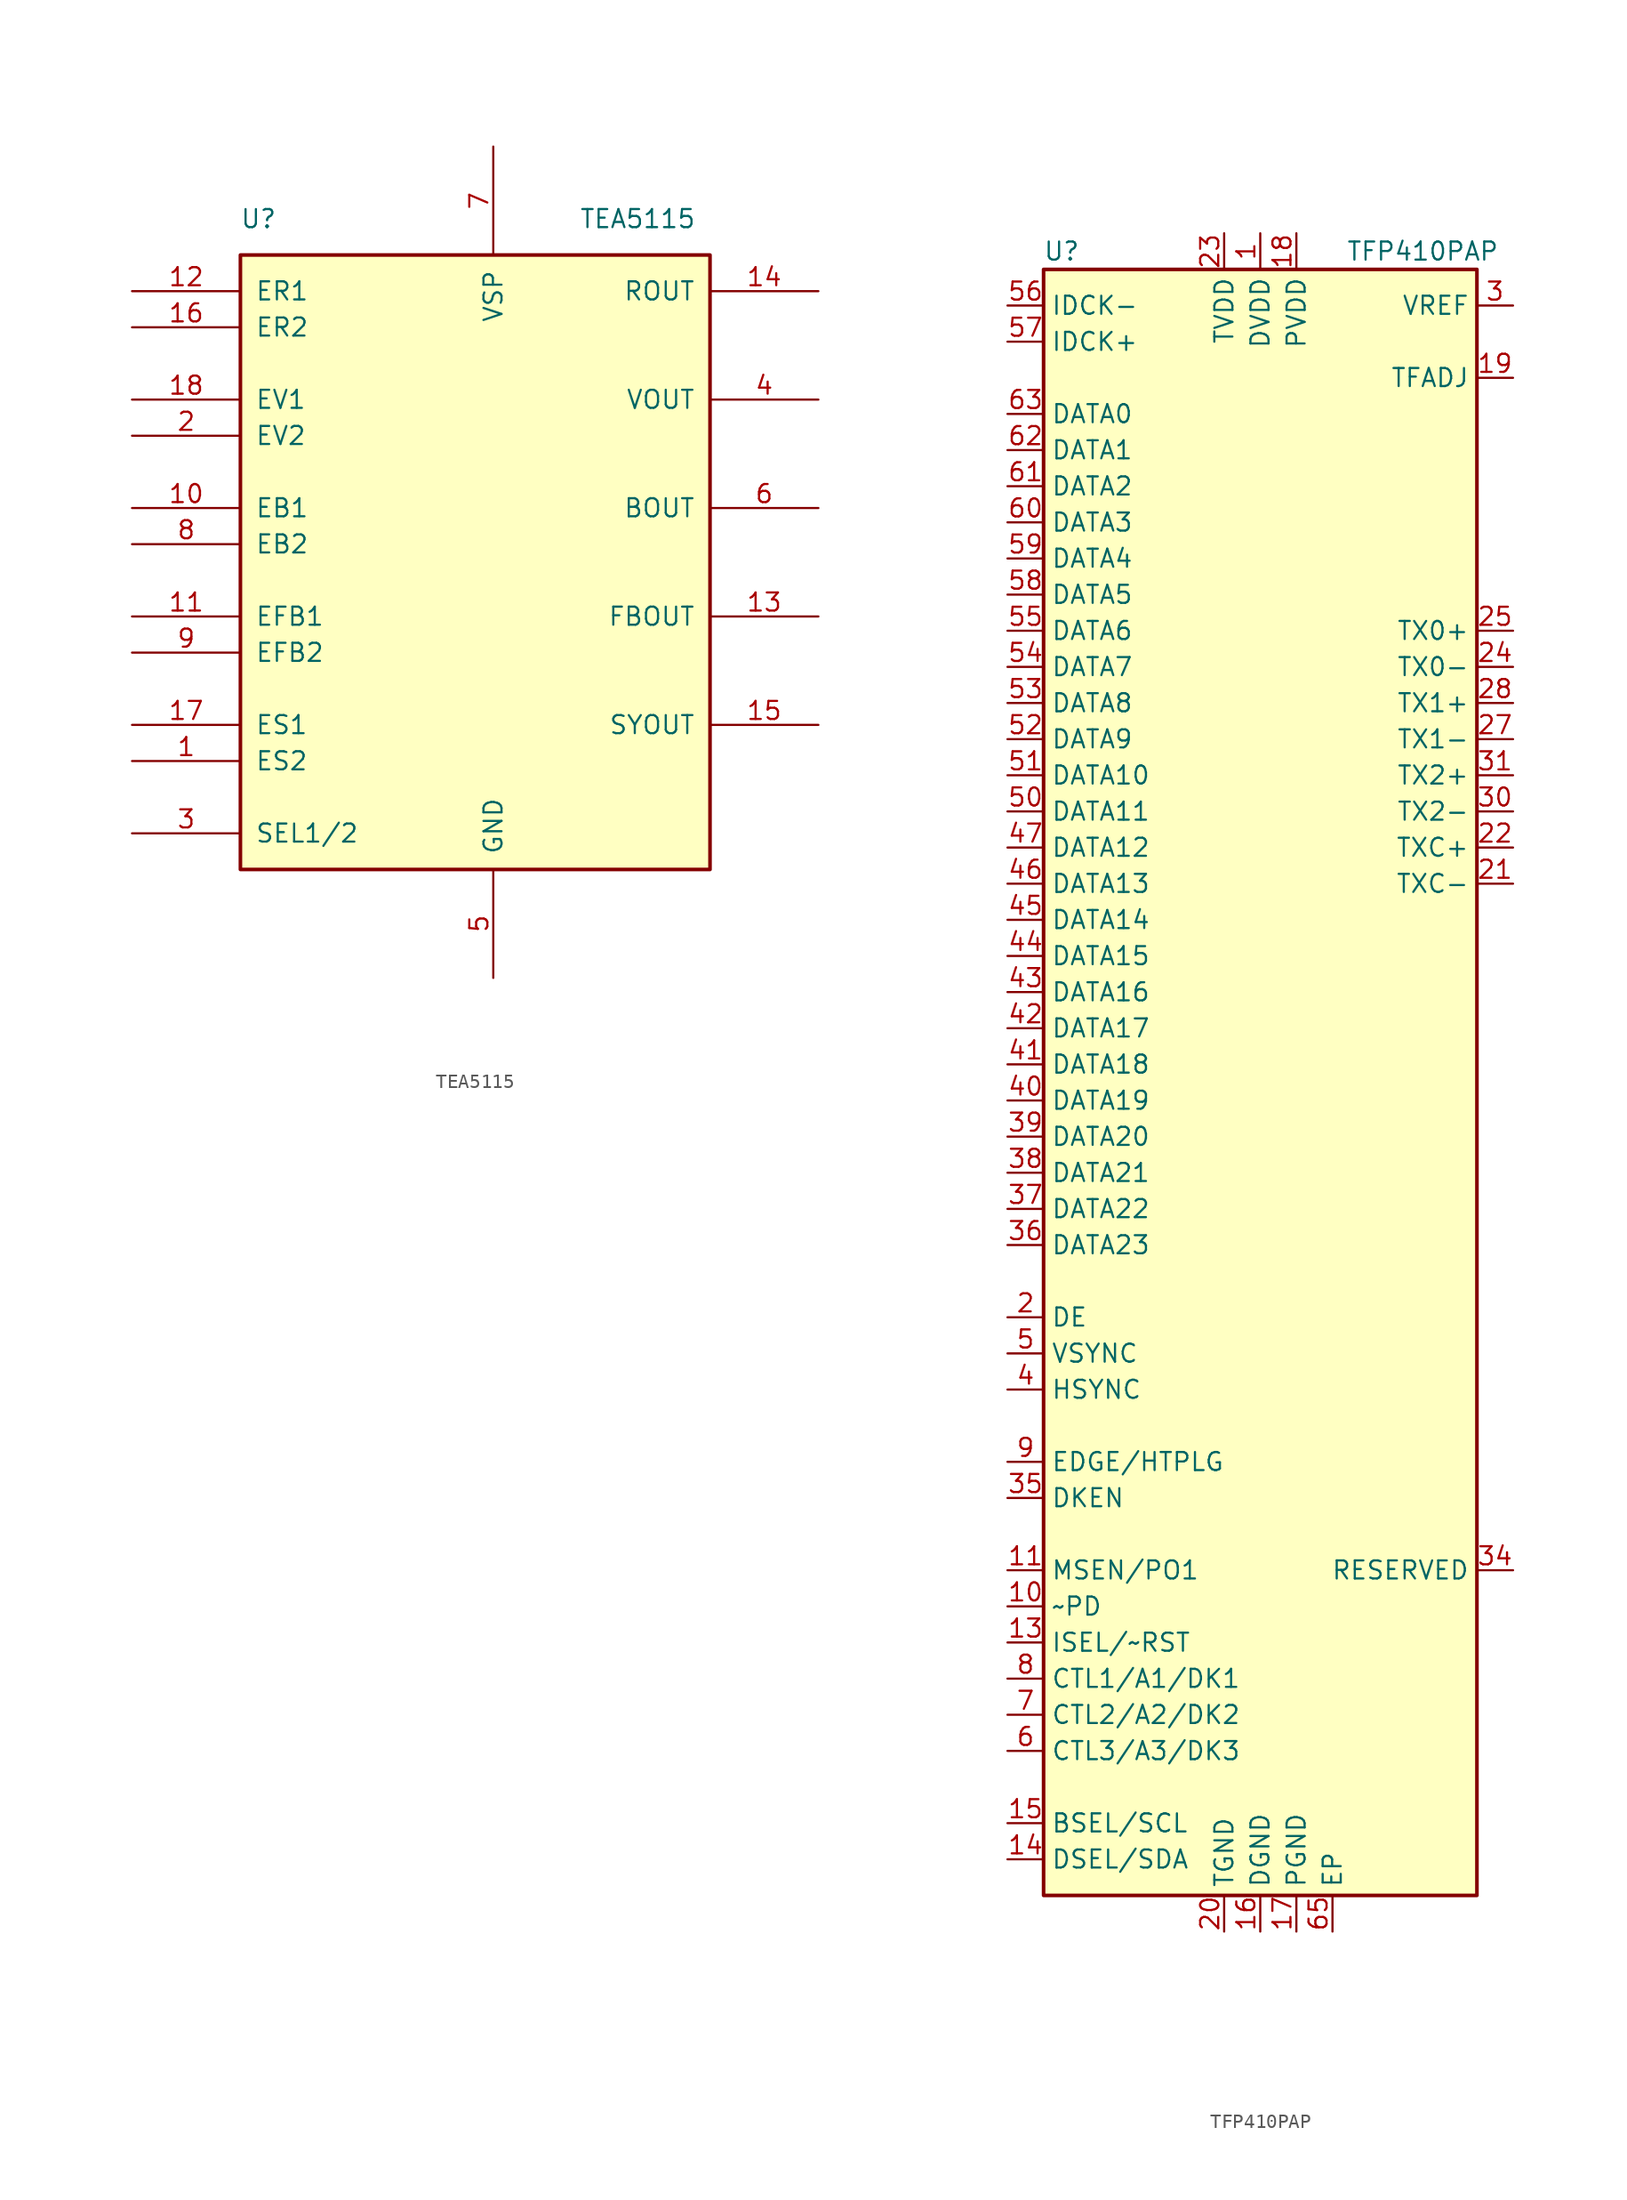
<source format=kicad_sym>
(kicad_symbol_lib
  (version 20241209)
  (generator "kicad_symbol_editor")
  (generator_version "9.0")
  (symbol "TEA5115"
    (pin_names
      (offset 1.016))
    (property "Reference" "U"
      (at -16.51 22.86 0)
      (effects (font (size 1.27 1.27))))
    (property "Value" "TEA5115"
      (at 10.16 22.86 0)
      (effects (font (size 1.27 1.27))))
    (symbol "TEA5115_0_1"
      (rectangle (start -17.78 -22.86) (end 15.24 20.32) (stroke (width 0.254) (type default)) (fill (type background))))
    (symbol "TEA5115_1_1"
      (pin input line (at -25.4 17.78 0) (length 7.62) (name "ER1" (effects (font (size 1.27 1.27)))) (number "12" (effects (font (size 1.27 1.27)))))
      (pin input line (at -25.4 15.24 0) (length 7.62) (name "ER2" (effects (font (size 1.27 1.27)))) (number "16" (effects (font (size 1.27 1.27)))))
      (pin input line (at -25.4 10.16 0) (length 7.62) (name "EV1" (effects (font (size 1.27 1.27)))) (number "18" (effects (font (size 1.27 1.27)))))
      (pin input line (at -25.4 7.62 0) (length 7.62) (name "EV2" (effects (font (size 1.27 1.27)))) (number "2" (effects (font (size 1.27 1.27)))))
      (pin input line (at -25.4 2.54 0) (length 7.62) (name "EB1" (effects (font (size 1.27 1.27)))) (number "10" (effects (font (size 1.27 1.27)))))
      (pin input line (at -25.4 0 0) (length 7.62) (name "EB2" (effects (font (size 1.27 1.27)))) (number "8" (effects (font (size 1.27 1.27)))))
      (pin input line (at -25.4 -5.08 0) (length 7.62) (name "EFB1" (effects (font (size 1.27 1.27)))) (number "11" (effects (font (size 1.27 1.27)))))
      (pin input line (at -25.4 -7.62 0) (length 7.62) (name "EFB2" (effects (font (size 1.27 1.27)))) (number "9" (effects (font (size 1.27 1.27)))))
      (pin input line (at -25.4 -12.7 0) (length 7.62) (name "ES1" (effects (font (size 1.27 1.27)))) (number "17" (effects (font (size 1.27 1.27)))))
      (pin input line (at -25.4 -15.24 0) (length 7.62) (name "ES2" (effects (font (size 1.27 1.27)))) (number "1" (effects (font (size 1.27 1.27)))))
      (pin input line (at -25.4 -20.32 0) (length 7.62) (name "SEL1/2" (effects (font (size 1.27 1.27)))) (number "3" (effects (font (size 1.27 1.27)))))
      (pin input line (at 0 27.94 270) (length 7.62) (name "VSP" (effects (font (size 1.27 1.27)))) (number "7" (effects (font (size 1.27 1.27)))))
      (pin power_in line (at 0 -30.48 90) (length 7.62) (name "GND" (effects (font (size 1.27 1.27)))) (number "5" (effects (font (size 1.27 1.27)))))
      (pin output line (at 22.86 17.78 180) (length 7.62) (name "ROUT" (effects (font (size 1.27 1.27)))) (number "14" (effects (font (size 1.27 1.27)))))
      (pin output line (at 22.86 10.16 180) (length 7.62) (name "VOUT" (effects (font (size 1.27 1.27)))) (number "4" (effects (font (size 1.27 1.27)))))
      (pin output line (at 22.86 2.54 180) (length 7.62) (name "BOUT" (effects (font (size 1.27 1.27)))) (number "6" (effects (font (size 1.27 1.27)))))
      (pin output line (at 22.86 -5.08 180) (length 7.62) (name "FBOUT" (effects (font (size 1.27 1.27)))) (number "13" (effects (font (size 1.27 1.27)))))
      (pin output line (at 22.86 -12.7 180) (length 7.62) (name "SYOUT" (effects (font (size 1.27 1.27)))) (number "15" (effects (font (size 1.27 1.27)))))))
  (symbol "TFP410PAP"
    (property "Reference" "U"
      (at -13.97 57.15 0)
      (effects (font (size 1.27 1.27))))
    (property "Value" "TFP410PAP"
      (at 11.43 57.15 0)
      (effects (font (size 1.27 1.27))))
    (symbol "TFP410PAP_0_1"
      (rectangle (start -15.24 55.88) (end 15.24 -58.42) (stroke (width 0.254) (type default)) (fill (type background))))
    (symbol "TFP410PAP_1_1"
      (pin input line (at -17.78 53.34 0) (length 2.54) (name "IDCK-" (effects (font (size 1.27 1.27)))) (number "56" (effects (font (size 1.27 1.27)))))
      (pin input line (at -17.78 50.8 0) (length 2.54) (name "IDCK+" (effects (font (size 1.27 1.27)))) (number "57" (effects (font (size 1.27 1.27)))))
      (pin input line (at -17.78 45.72 0) (length 2.54) (name "DATA0" (effects (font (size 1.27 1.27)))) (number "63" (effects (font (size 1.27 1.27)))))
      (pin input line (at -17.78 43.18 0) (length 2.54) (name "DATA1" (effects (font (size 1.27 1.27)))) (number "62" (effects (font (size 1.27 1.27)))))
      (pin input line (at -17.78 40.64 0) (length 2.54) (name "DATA2" (effects (font (size 1.27 1.27)))) (number "61" (effects (font (size 1.27 1.27)))))
      (pin input line (at -17.78 38.1 0) (length 2.54) (name "DATA3" (effects (font (size 1.27 1.27)))) (number "60" (effects (font (size 1.27 1.27)))))
      (pin input line (at -17.78 35.56 0) (length 2.54) (name "DATA4" (effects (font (size 1.27 1.27)))) (number "59" (effects (font (size 1.27 1.27)))))
      (pin input line (at -17.78 33.02 0) (length 2.54) (name "DATA5" (effects (font (size 1.27 1.27)))) (number "58" (effects (font (size 1.27 1.27)))))
      (pin input line (at -17.78 30.48 0) (length 2.54) (name "DATA6" (effects (font (size 1.27 1.27)))) (number "55" (effects (font (size 1.27 1.27)))))
      (pin input line (at -17.78 27.94 0) (length 2.54) (name "DATA7" (effects (font (size 1.27 1.27)))) (number "54" (effects (font (size 1.27 1.27)))))
      (pin input line (at -17.78 25.4 0) (length 2.54) (name "DATA8" (effects (font (size 1.27 1.27)))) (number "53" (effects (font (size 1.27 1.27)))))
      (pin input line (at -17.78 22.86 0) (length 2.54) (name "DATA9" (effects (font (size 1.27 1.27)))) (number "52" (effects (font (size 1.27 1.27)))))
      (pin input line (at -17.78 20.32 0) (length 2.54) (name "DATA10" (effects (font (size 1.27 1.27)))) (number "51" (effects (font (size 1.27 1.27)))))
      (pin input line (at -17.78 17.78 0) (length 2.54) (name "DATA11" (effects (font (size 1.27 1.27)))) (number "50" (effects (font (size 1.27 1.27)))))
      (pin input line (at -17.78 15.24 0) (length 2.54) (name "DATA12" (effects (font (size 1.27 1.27)))) (number "47" (effects (font (size 1.27 1.27)))))
      (pin input line (at -17.78 12.7 0) (length 2.54) (name "DATA13" (effects (font (size 1.27 1.27)))) (number "46" (effects (font (size 1.27 1.27)))))
      (pin input line (at -17.78 10.16 0) (length 2.54) (name "DATA14" (effects (font (size 1.27 1.27)))) (number "45" (effects (font (size 1.27 1.27)))))
      (pin input line (at -17.78 7.62 0) (length 2.54) (name "DATA15" (effects (font (size 1.27 1.27)))) (number "44" (effects (font (size 1.27 1.27)))))
      (pin input line (at -17.78 5.08 0) (length 2.54) (name "DATA16" (effects (font (size 1.27 1.27)))) (number "43" (effects (font (size 1.27 1.27)))))
      (pin input line (at -17.78 2.54 0) (length 2.54) (name "DATA17" (effects (font (size 1.27 1.27)))) (number "42" (effects (font (size 1.27 1.27)))))
      (pin input line (at -17.78 0 0) (length 2.54) (name "DATA18" (effects (font (size 1.27 1.27)))) (number "41" (effects (font (size 1.27 1.27)))))
      (pin input line (at -17.78 -2.54 0) (length 2.54) (name "DATA19" (effects (font (size 1.27 1.27)))) (number "40" (effects (font (size 1.27 1.27)))))
      (pin input line (at -17.78 -5.08 0) (length 2.54) (name "DATA20" (effects (font (size 1.27 1.27)))) (number "39" (effects (font (size 1.27 1.27)))))
      (pin input line (at -17.78 -7.62 0) (length 2.54) (name "DATA21" (effects (font (size 1.27 1.27)))) (number "38" (effects (font (size 1.27 1.27)))))
      (pin input line (at -17.78 -10.16 0) (length 2.54) (name "DATA22" (effects (font (size 1.27 1.27)))) (number "37" (effects (font (size 1.27 1.27)))))
      (pin input line (at -17.78 -12.7 0) (length 2.54) (name "DATA23" (effects (font (size 1.27 1.27)))) (number "36" (effects (font (size 1.27 1.27)))))
      (pin input line (at -17.78 -17.78 0) (length 2.54) (name "DE" (effects (font (size 1.27 1.27)))) (number "2" (effects (font (size 1.27 1.27)))))
      (pin input line (at -17.78 -20.32 0) (length 2.54) (name "VSYNC" (effects (font (size 1.27 1.27)))) (number "5" (effects (font (size 1.27 1.27)))))
      (pin input line (at -17.78 -22.86 0) (length 2.54) (name "HSYNC" (effects (font (size 1.27 1.27)))) (number "4" (effects (font (size 1.27 1.27)))))
      (pin input line (at -17.78 -27.94 0) (length 2.54) (name "EDGE/HTPLG" (effects (font (size 1.27 1.27)))) (number "9" (effects (font (size 1.27 1.27)))))
      (pin input line (at -17.78 -30.48 0) (length 2.54) (name "DKEN" (effects (font (size 1.27 1.27)))) (number "35" (effects (font (size 1.27 1.27)))))
      (pin output line (at -17.78 -35.56 0) (length 2.54) (name "MSEN/PO1" (effects (font (size 1.27 1.27)))) (number "11" (effects (font (size 1.27 1.27)))))
      (pin input line (at -17.78 -38.1 0) (length 2.54) (name "~PD" (effects (font (size 1.27 1.27)))) (number "10" (effects (font (size 1.27 1.27)))))
      (pin input line (at -17.78 -40.64 0) (length 2.54) (name "ISEL/~RST" (effects (font (size 1.27 1.27)))) (number "13" (effects (font (size 1.27 1.27)))))
      (pin input line (at -17.78 -43.18 0) (length 2.54) (name "CTL1/A1/DK1" (effects (font (size 1.27 1.27)))) (number "8" (effects (font (size 1.27 1.27)))))
      (pin input line (at -17.78 -45.72 0) (length 2.54) (name "CTL2/A2/DK2" (effects (font (size 1.27 1.27)))) (number "7" (effects (font (size 1.27 1.27)))))
      (pin input line (at -17.78 -48.26 0) (length 2.54) (name "CTL3/A3/DK3" (effects (font (size 1.27 1.27)))) (number "6" (effects (font (size 1.27 1.27)))))
      (pin input line (at -17.78 -53.34 0) (length 2.54) (name "BSEL/SCL" (effects (font (size 1.27 1.27)))) (number "15" (effects (font (size 1.27 1.27)))))
      (pin bidirectional line (at -17.78 -55.88 0) (length 2.54) (name "DSEL/SDA" (effects (font (size 1.27 1.27)))) (number "14" (effects (font (size 1.27 1.27)))))
      (pin power_in line (at -2.54 58.42 270) (length 2.54) (name "TVDD" (effects (font (size 1.27 1.27)))) (number "23" (effects (font (size 1.27 1.27)))))
      (pin passive line (at -2.54 58.42 270) (length 2.54) (hide yes) (name "TVDD" (effects (font (size 1.27 1.27)))) (number "29" (effects (font (size 1.27 1.27)))))
      (pin power_in line (at -2.54 -60.96 90) (length 2.54) (name "TGND" (effects (font (size 1.27 1.27)))) (number "20" (effects (font (size 1.27 1.27)))))
      (pin passive line (at -2.54 -60.96 90) (length 2.54) (hide yes) (name "TGND" (effects (font (size 1.27 1.27)))) (number "26" (effects (font (size 1.27 1.27)))))
      (pin passive line (at -2.54 -60.96 90) (length 2.54) (hide yes) (name "TGND" (effects (font (size 1.27 1.27)))) (number "32" (effects (font (size 1.27 1.27)))))
      (pin power_in line (at 0 58.42 270) (length 2.54) (name "DVDD" (effects (font (size 1.27 1.27)))) (number "1" (effects (font (size 1.27 1.27)))))
      (pin passive line (at 0 58.42 270) (length 2.54) (hide yes) (name "DVDD" (effects (font (size 1.27 1.27)))) (number "12" (effects (font (size 1.27 1.27)))))
      (pin passive line (at 0 58.42 270) (length 2.54) (hide yes) (name "DVDD" (effects (font (size 1.27 1.27)))) (number "33" (effects (font (size 1.27 1.27)))))
      (pin power_in line (at 0 -60.96 90) (length 2.54) (name "DGND" (effects (font (size 1.27 1.27)))) (number "16" (effects (font (size 1.27 1.27)))))
      (pin passive line (at 0 -60.96 90) (length 2.54) (hide yes) (name "DGND" (effects (font (size 1.27 1.27)))) (number "48" (effects (font (size 1.27 1.27)))))
      (pin passive line (at 0 -60.96 90) (length 2.54) (hide yes) (name "DGND" (effects (font (size 1.27 1.27)))) (number "64" (effects (font (size 1.27 1.27)))))
      (pin power_in line (at 2.54 58.42 270) (length 2.54) (name "PVDD" (effects (font (size 1.27 1.27)))) (number "18" (effects (font (size 1.27 1.27)))))
      (pin power_in line (at 2.54 -60.96 90) (length 2.54) (name "PGND" (effects (font (size 1.27 1.27)))) (number "17" (effects (font (size 1.27 1.27)))))
      (pin power_in line (at 5.08 -60.96 90) (length 2.54) (name "EP" (effects (font (size 1.27 1.27)))) (number "65" (effects (font (size 1.27 1.27)))))
      (pin no_connect line (at 15.24 -33.02 180) (length 2.54) (hide yes) (name "NC" (effects (font (size 1.27 1.27)))) (number "49" (effects (font (size 1.27 1.27)))))
      (pin input line (at 17.78 53.34 180) (length 2.54) (name "VREF" (effects (font (size 1.27 1.27)))) (number "3" (effects (font (size 1.27 1.27)))))
      (pin input line (at 17.78 48.26 180) (length 2.54) (name "TFADJ" (effects (font (size 1.27 1.27)))) (number "19" (effects (font (size 1.27 1.27)))))
      (pin output line (at 17.78 30.48 180) (length 2.54) (name "TX0+" (effects (font (size 1.27 1.27)))) (number "25" (effects (font (size 1.27 1.27)))))
      (pin output line (at 17.78 27.94 180) (length 2.54) (name "TX0-" (effects (font (size 1.27 1.27)))) (number "24" (effects (font (size 1.27 1.27)))))
      (pin output line (at 17.78 25.4 180) (length 2.54) (name "TX1+" (effects (font (size 1.27 1.27)))) (number "28" (effects (font (size 1.27 1.27)))))
      (pin output line (at 17.78 22.86 180) (length 2.54) (name "TX1-" (effects (font (size 1.27 1.27)))) (number "27" (effects (font (size 1.27 1.27)))))
      (pin output line (at 17.78 20.32 180) (length 2.54) (name "TX2+" (effects (font (size 1.27 1.27)))) (number "31" (effects (font (size 1.27 1.27)))))
      (pin output line (at 17.78 17.78 180) (length 2.54) (name "TX2-" (effects (font (size 1.27 1.27)))) (number "30" (effects (font (size 1.27 1.27)))))
      (pin output line (at 17.78 15.24 180) (length 2.54) (name "TXC+" (effects (font (size 1.27 1.27)))) (number "22" (effects (font (size 1.27 1.27)))))
      (pin output line (at 17.78 12.7 180) (length 2.54) (name "TXC-" (effects (font (size 1.27 1.27)))) (number "21" (effects (font (size 1.27 1.27)))))
      (pin input line (at 17.78 -35.56 180) (length 2.54) (name "RESERVED" (effects (font (size 1.27 1.27)))) (number "34" (effects (font (size 1.27 1.27))))))))
</source>
